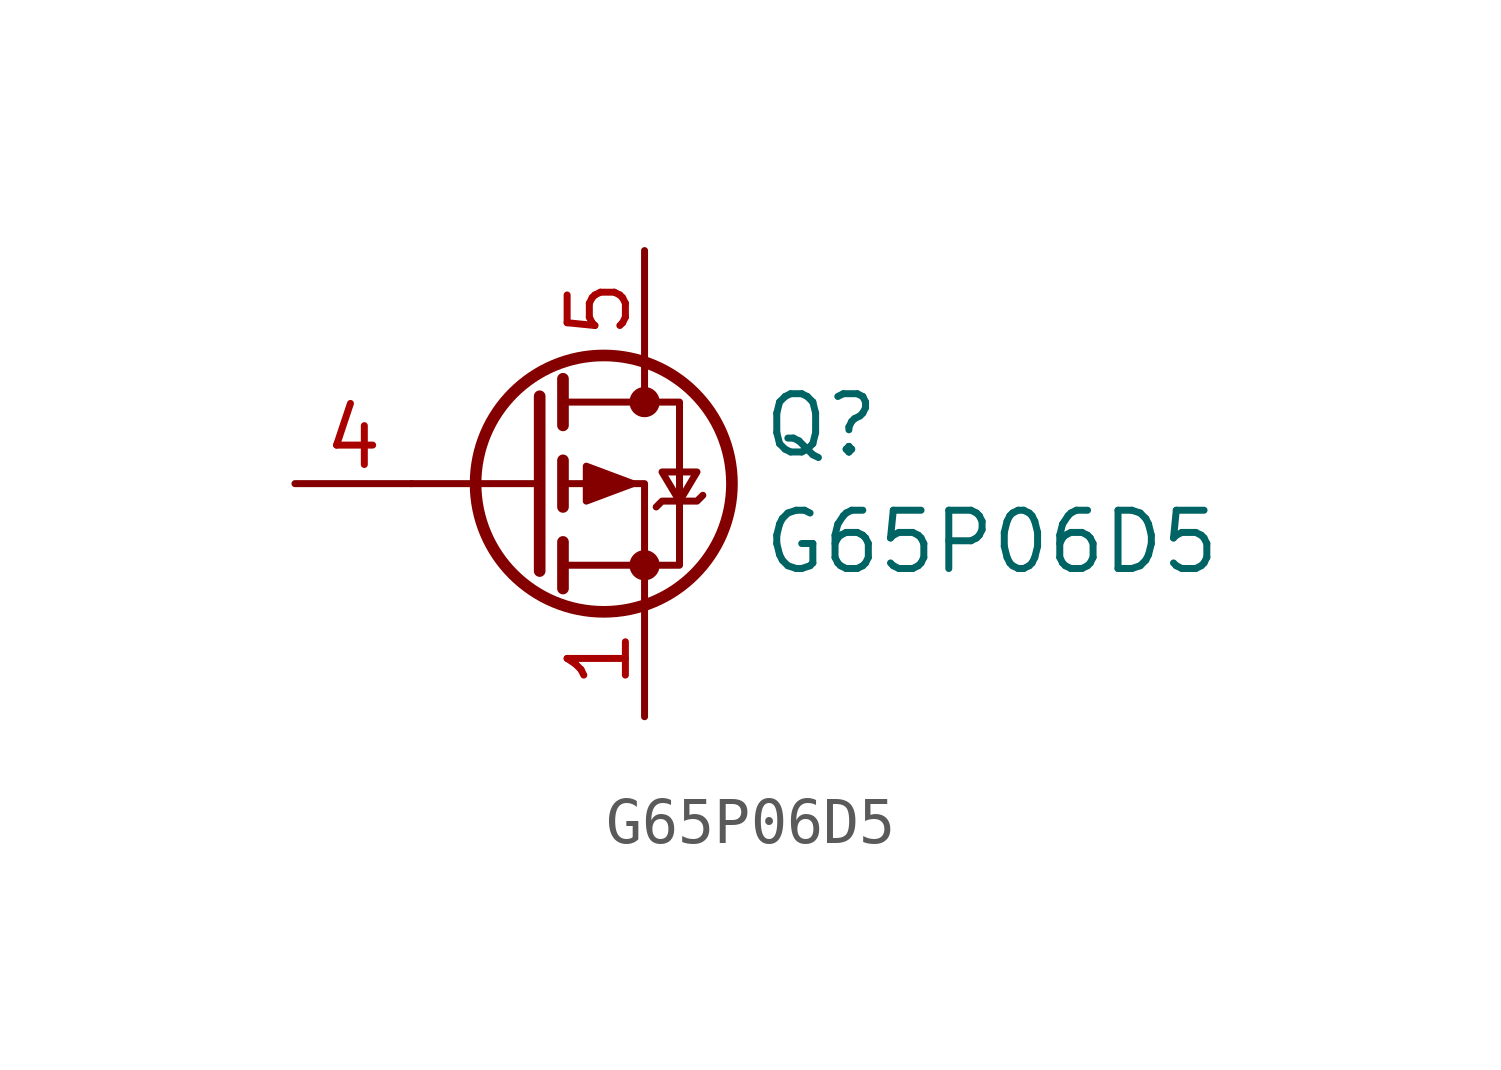
<source format=kicad_sym>
(kicad_symbol_lib
  (version 20220914)
  (generator kicad_symbol_editor)
  (symbol "G65P06D5"
    (pin_names hide)
    (property "Reference" "Q"
      (at 2.54 1.27 0)
      (effects (font (size 1.27 1.27)) (justify left)))
    (property "Value" "G65P06D5"
      (at 2.54 -1.27 0)
      (effects (font (size 1.27 1.27)) (justify left)))
    (symbol "G65P06D5_0_1"
      (circle (center -0.889 0) (radius 2.794) (stroke (width 0.254) (type default)) (fill (type none)))
      (circle (center 0 -1.778) (radius 0.254) (stroke (width 0) (type default)) (fill (type outline)))
      (polyline (pts (xy -2.286 0) (xy -5.08 0)) (stroke (width 0) (type default)) (fill (type none)))
      (polyline (pts (xy -2.286 1.905) (xy -2.286 -1.905)) (stroke (width 0.254) (type default)) (fill (type none)))
      (polyline (pts (xy -1.778 -1.27) (xy -1.778 -2.286)) (stroke (width 0.254) (type default)) (fill (type none)))
      (polyline (pts (xy -1.778 0.508) (xy -1.778 -0.508)) (stroke (width 0.254) (type default)) (fill (type none)))
      (polyline (pts (xy -1.778 2.286) (xy -1.778 1.27)) (stroke (width 0.254) (type default)) (fill (type none)))
      (polyline (pts (xy 0 2.54) (xy 0 1.778)) (stroke (width 0) (type default)) (fill (type none)))
      (polyline (pts (xy 0 -2.54) (xy 0 0) (xy -1.778 0)) (stroke (width 0) (type default)) (fill (type none)))
      (polyline (pts (xy -1.778 1.778) (xy 0.762 1.778) (xy 0.762 -1.778) (xy -1.778 -1.778)) (stroke (width 0) (type default)) (fill (type none)))
      (polyline (pts (xy -0.254 0) (xy -1.27 0.381) (xy -1.27 -0.381) (xy -0.254 0)) (stroke (width 0) (type default)) (fill (type outline)))
      (polyline (pts (xy 0.254 -0.508) (xy 0.381 -0.381) (xy 1.143 -0.381) (xy 1.27 -0.254)) (stroke (width 0) (type default)) (fill (type none)))
      (polyline (pts (xy 0.762 -0.381) (xy 0.381 0.254) (xy 1.143 0.254) (xy 0.762 -0.381)) (stroke (width 0) (type default)) (fill (type none)))
      (circle (center 0 1.778) (radius 0.254) (stroke (width 0) (type default)) (fill (type outline))))
    (symbol "G65P06D5_1_1"
      (pin passive line (at 0 -5.08 90) (length 2.54) (name "S" (effects (font (size 1.27 1.27)))) (number "1" (effects (font (size 1.27 1.27)))))
      (pin passive line (at 0 -5.08 90) (length 2.54) hide (name "S" (effects (font (size 1.27 1.27)))) (number "2" (effects (font (size 1.27 1.27)))))
      (pin passive line (at 0 -5.08 90) (length 2.54) hide (name "S" (effects (font (size 1.27 1.27)))) (number "3" (effects (font (size 1.27 1.27)))))
      (pin input line (at -7.62 0 0) (length 2.54) (name "G" (effects (font (size 1.27 1.27)))) (number "4" (effects (font (size 1.27 1.27)))))
      (pin passive line (at 0 5.08 270) (length 2.54) (name "D" (effects (font (size 1.27 1.27)))) (number "5" (effects (font (size 1.27 1.27))))))))
</source>
